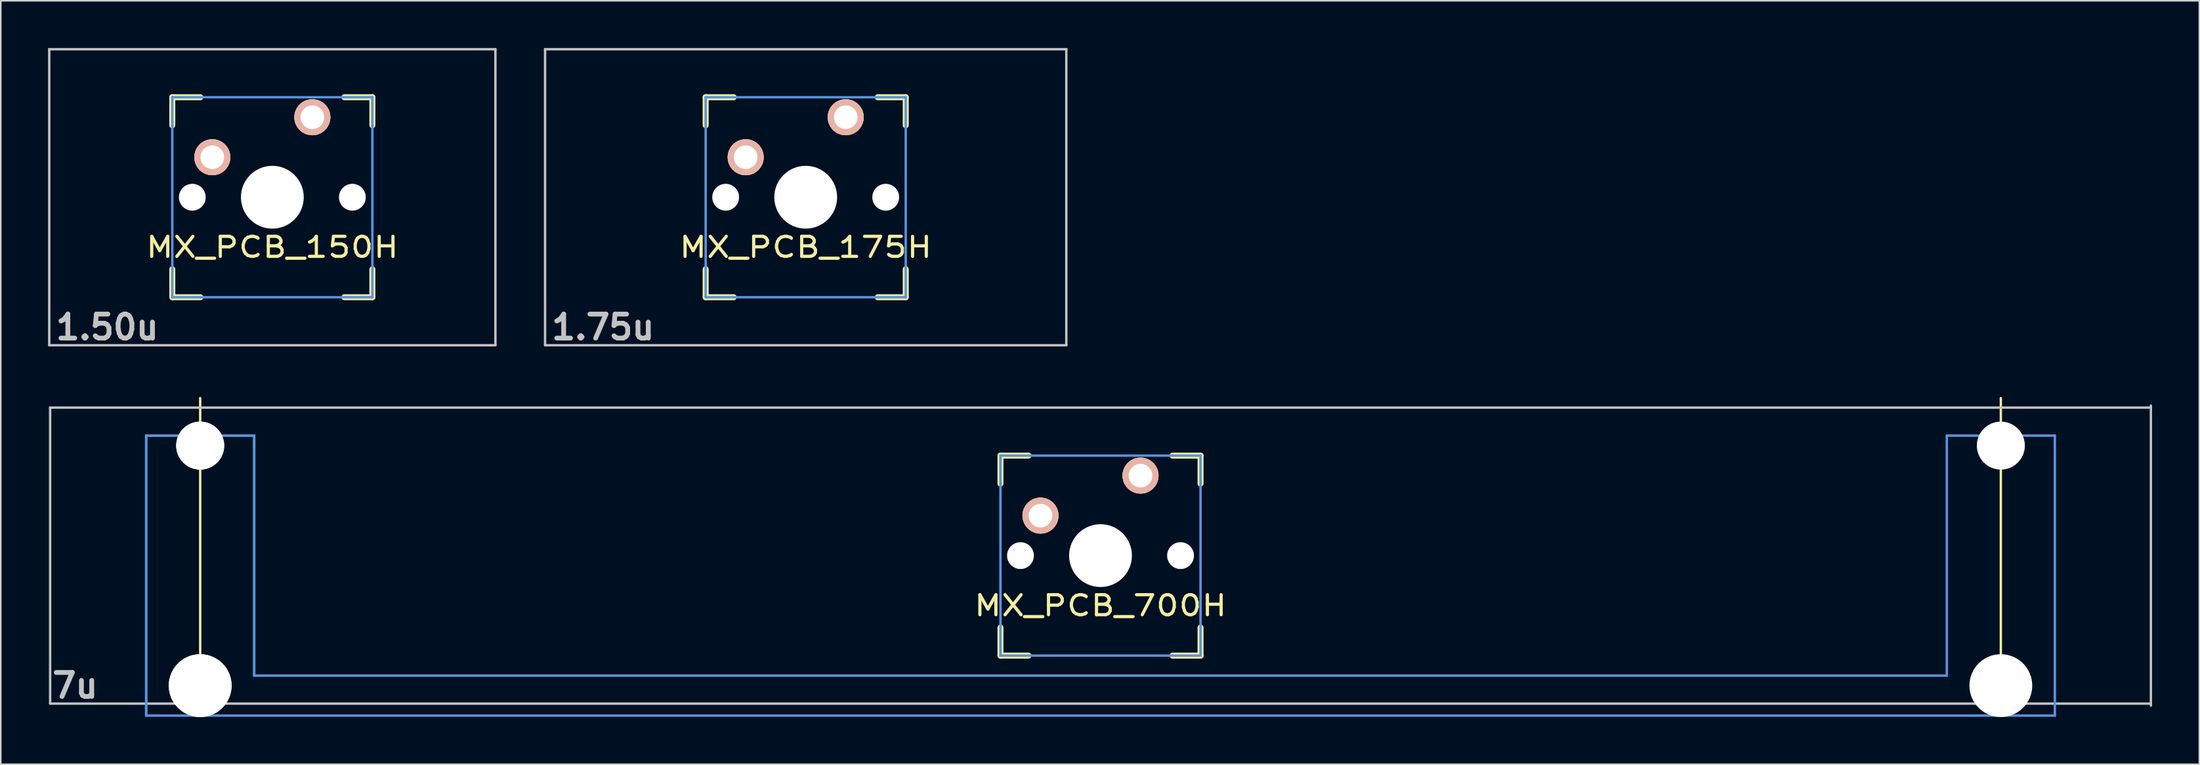
<source format=kicad_pcb>
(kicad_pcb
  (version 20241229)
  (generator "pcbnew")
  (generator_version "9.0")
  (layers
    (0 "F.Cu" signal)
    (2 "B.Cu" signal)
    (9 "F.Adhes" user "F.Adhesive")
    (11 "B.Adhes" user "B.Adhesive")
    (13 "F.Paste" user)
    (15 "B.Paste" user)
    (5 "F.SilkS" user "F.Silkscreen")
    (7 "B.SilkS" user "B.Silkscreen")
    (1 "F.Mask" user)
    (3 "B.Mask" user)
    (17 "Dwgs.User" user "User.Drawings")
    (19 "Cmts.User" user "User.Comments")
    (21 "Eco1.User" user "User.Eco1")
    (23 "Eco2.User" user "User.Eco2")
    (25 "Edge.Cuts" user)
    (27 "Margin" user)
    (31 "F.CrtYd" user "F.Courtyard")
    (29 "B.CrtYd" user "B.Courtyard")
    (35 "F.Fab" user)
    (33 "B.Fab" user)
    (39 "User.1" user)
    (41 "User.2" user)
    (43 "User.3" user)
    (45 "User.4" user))
  (footprint "MX_PCB_175H"
    (layer "F.Cu")
    (at 48.093 9.474)
    (property "Reference" "MX_PCB_175H" (at 0 3.175 0) (layer "F.SilkS") (effects (font (size 1.27 1.524) (thickness 0.203))))
    (attr through_hole)
    (fp_line (start -6.35 -6.35) (end -4.572 -6.35) (stroke (width 0.381) (type solid)) (layer "F.SilkS"))
    (fp_line (start -6.35 -4.572) (end -6.35 -6.35) (stroke (width 0.381) (type solid)) (layer "F.SilkS"))
    (fp_line (start -6.35 6.35) (end -6.35 4.572) (stroke (width 0.381) (type solid)) (layer "F.SilkS"))
    (fp_line (start -4.572 6.35) (end -6.35 6.35) (stroke (width 0.381) (type solid)) (layer "F.SilkS"))
    (fp_line (start 4.572 -6.35) (end 6.35 -6.35) (stroke (width 0.381) (type solid)) (layer "F.SilkS"))
    (fp_line (start 6.35 -6.35) (end 6.35 -4.572) (stroke (width 0.381) (type solid)) (layer "F.SilkS"))
    (fp_line (start 6.35 4.572) (end 6.35 6.35) (stroke (width 0.381) (type solid)) (layer "F.SilkS"))
    (fp_line (start 6.35 6.35) (end 4.572 6.35) (stroke (width 0.381) (type solid)) (layer "F.SilkS"))
    (fp_line (start -16.543 -9.398) (end 16.543 -9.398) (stroke (width 0.152) (type solid)) (layer "Dwgs.User"))
    (fp_line (start -16.543 9.398) (end -16.543 -9.398) (stroke (width 0.152) (type solid)) (layer "Dwgs.User"))
    (fp_line (start 16.543 -9.398) (end 16.543 9.398) (stroke (width 0.152) (type solid)) (layer "Dwgs.User"))
    (fp_line (start 16.543 9.398) (end -16.543 9.398) (stroke (width 0.152) (type solid)) (layer "Dwgs.User"))
    (fp_line (start -6.35 -6.35) (end 6.35 -6.35) (stroke (width 0.152) (type solid)) (layer "Cmts.User"))
    (fp_line (start -6.35 6.35) (end -6.35 -6.35) (stroke (width 0.152) (type solid)) (layer "Cmts.User"))
    (fp_line (start 6.35 -6.35) (end 6.35 6.35) (stroke (width 0.152) (type solid)) (layer "Cmts.User"))
    (fp_line (start 6.35 6.35) (end -6.35 6.35) (stroke (width 0.152) (type solid)) (layer "Cmts.User"))
    (fp_line (start -6.985 -6.985) (end 6.985 -6.985) (stroke (width 0.152) (type solid)) (layer "Eco2.User"))
    (fp_line (start -6.985 6.985) (end -6.985 -6.985) (stroke (width 0.152) (type solid)) (layer "Eco2.User"))
    (fp_line (start 6.985 -6.985) (end 6.985 6.985) (stroke (width 0.152) (type solid)) (layer "Eco2.User"))
    (fp_line (start 6.985 6.985) (end -6.985 6.985) (stroke (width 0.152) (type solid)) (layer "Eco2.User"))
    (fp_text user "1.75u" (at -12.86 8.255 0) (layer "Dwgs.User") (effects (font (size 1.524 1.524) (thickness 0.305))))
    (pad "" np_thru_hole circle (at -5.08 0) (size 1.702 1.702) (drill 1.702) (layers "*.Cu"))
    (pad "" np_thru_hole circle (at 0 0) (size 3.988 3.988) (drill 3.988) (layers "*.Cu"))
    (pad "" np_thru_hole circle (at 5.08 0) (size 1.702 1.702) (drill 1.702) (layers "*.Cu"))
    (pad "1" thru_hole circle (at 2.54 -5.08) (size 2.286 2.286) (drill 1.499) (layers "*.Cu" "*.SilkS" "*.Mask"))
    (pad "2" thru_hole circle (at -3.81 -2.54) (size 2.286 2.286) (drill 1.499) (layers "*.Cu" "*.SilkS" "*.Mask")))
  (footprint "MX_PCB_700H"
    (layer "F.Cu")
    (at 66.807 32.231)
    (property "Reference" "MX_PCB_700H" (at 0 3.175 0) (layer "F.SilkS") (effects (font (size 1.27 1.524) (thickness 0.203))))
    (attr through_hole)
    (fp_line (start -57.15 -10) (end -57.15 10) (stroke (width 0.15) (type solid)) (layer "F.SilkS"))
    (fp_line (start -6.35 -6.35) (end -4.572 -6.35) (stroke (width 0.381) (type solid)) (layer "F.SilkS"))
    (fp_line (start -6.35 -4.572) (end -6.35 -6.35) (stroke (width 0.381) (type solid)) (layer "F.SilkS"))
    (fp_line (start -6.35 6.35) (end -6.35 4.572) (stroke (width 0.381) (type solid)) (layer "F.SilkS"))
    (fp_line (start -4.572 6.35) (end -6.35 6.35) (stroke (width 0.381) (type solid)) (layer "F.SilkS"))
    (fp_line (start 4.572 -6.35) (end 6.35 -6.35) (stroke (width 0.381) (type solid)) (layer "F.SilkS"))
    (fp_line (start 6.35 -6.35) (end 6.35 -4.572) (stroke (width 0.381) (type solid)) (layer "F.SilkS"))
    (fp_line (start 6.35 4.572) (end 6.35 6.35) (stroke (width 0.381) (type solid)) (layer "F.SilkS"))
    (fp_line (start 6.35 6.35) (end 4.572 6.35) (stroke (width 0.381) (type solid)) (layer "F.SilkS"))
    (fp_line (start 57.15 -10) (end 57.15 10) (stroke (width 0.15) (type solid)) (layer "F.SilkS"))
    (fp_line (start -66.675 -9.398) (end 66.675 -9.398) (stroke (width 0.152) (type solid)) (layer "Dwgs.User"))
    (fp_line (start -66.675 9.398) (end -66.675 -9.398) (stroke (width 0.152) (type solid)) (layer "Dwgs.User"))
    (fp_line (start 66.675 -9.525) (end 66.675 9.525) (stroke (width 0.15) (type solid)) (layer "Dwgs.User"))
    (fp_line (start 66.675 9.398) (end -66.675 9.398) (stroke (width 0.152) (type solid)) (layer "Dwgs.User"))
    (fp_line (start -60.579 -7.62) (end -60.579 10.16) (stroke (width 0.152) (type solid)) (layer "Cmts.User"))
    (fp_line (start -60.579 -7.62) (end -60.579 10.16) (stroke (width 0.152) (type solid)) (layer "Cmts.User"))
    (fp_line (start -60.579 10.16) (end 60.579 10.16) (stroke (width 0.152) (type solid)) (layer "Cmts.User"))
    (fp_line (start -53.721 -7.62) (end -60.579 -7.62) (stroke (width 0.152) (type solid)) (layer "Cmts.User"))
    (fp_line (start -53.721 -7.62) (end -60.579 -7.62) (stroke (width 0.152) (type solid)) (layer "Cmts.User"))
    (fp_line (start -53.721 7.62) (end -53.721 -7.62) (stroke (width 0.152) (type solid)) (layer "Cmts.User"))
    (fp_line (start -53.721 7.62) (end -53.721 -7.62) (stroke (width 0.152) (type solid)) (layer "Cmts.User"))
    (fp_line (start -6.35 -6.35) (end 6.35 -6.35) (stroke (width 0.152) (type solid)) (layer "Cmts.User"))
    (fp_line (start -6.35 6.35) (end -6.35 -6.35) (stroke (width 0.152) (type solid)) (layer "Cmts.User"))
    (fp_line (start 6.35 -6.35) (end 6.35 6.35) (stroke (width 0.152) (type solid)) (layer "Cmts.User"))
    (fp_line (start 6.35 6.35) (end -6.35 6.35) (stroke (width 0.152) (type solid)) (layer "Cmts.User"))
    (fp_line (start 53.721 -7.62) (end 53.721 7.62) (stroke (width 0.152) (type solid)) (layer "Cmts.User"))
    (fp_line (start 53.721 7.62) (end -53.721 7.62) (stroke (width 0.152) (type solid)) (layer "Cmts.User"))
    (fp_line (start 60.579 -7.62) (end 53.721 -7.62) (stroke (width 0.152) (type solid)) (layer "Cmts.User"))
    (fp_line (start 60.579 10.16) (end 60.579 -7.62) (stroke (width 0.152) (type solid)) (layer "Cmts.User"))
    (fp_line (start -61.341 -2.286) (end -60.477 -2.286) (stroke (width 0.152) (type solid)) (layer "Eco2.User"))
    (fp_line (start -61.341 0.508) (end -61.341 -2.286) (stroke (width 0.152) (type solid)) (layer "Eco2.User"))
    (fp_line (start -60.477 -5.69) (end -53.823 -5.69) (stroke (width 0.152) (type solid)) (layer "Eco2.User"))
    (fp_line (start -60.477 -5.69) (end -53.823 -5.69) (stroke (width 0.152) (type solid)) (layer "Eco2.User"))
    (fp_line (start -60.477 -2.286) (end -60.477 -5.69) (stroke (width 0.152) (type solid)) (layer "Eco2.User"))
    (fp_line (start -60.477 -2.286) (end -60.477 -5.69) (stroke (width 0.152) (type solid)) (layer "Eco2.User"))
    (fp_line (start -60.477 0.508) (end -61.341 0.508) (stroke (width 0.152) (type solid)) (layer "Eco2.User"))
    (fp_line (start -60.477 6.604) (end -60.477 0.508) (stroke (width 0.152) (type solid)) (layer "Eco2.User"))
    (fp_line (start -60.477 6.604) (end -60.477 0.508) (stroke (width 0.152) (type solid)) (layer "Eco2.User"))
    (fp_line (start -59.436 6.604) (end -60.477 6.604) (stroke (width 0.152) (type solid)) (layer "Eco2.User"))
    (fp_line (start -59.436 6.604) (end -60.477 6.604) (stroke (width 0.152) (type solid)) (layer "Eco2.User"))
    (fp_line (start -59.436 7.772) (end -59.436 6.604) (stroke (width 0.152) (type solid)) (layer "Eco2.User"))
    (fp_line (start -59.436 7.772) (end -59.436 6.604) (stroke (width 0.152) (type solid)) (layer "Eco2.User"))
    (fp_line (start -54.864 6.604) (end -54.864 7.772) (stroke (width 0.152) (type solid)) (layer "Eco2.User"))
    (fp_line (start -54.864 6.604) (end -54.864 7.772) (stroke (width 0.152) (type solid)) (layer "Eco2.User"))
    (fp_line (start -54.864 7.772) (end -59.436 7.772) (stroke (width 0.152) (type solid)) (layer "Eco2.User"))
    (fp_line (start -54.864 7.772) (end -59.436 7.772) (stroke (width 0.152) (type solid)) (layer "Eco2.User"))
    (fp_line (start -53.823 -5.69) (end -53.823 -2.286) (stroke (width 0.152) (type solid)) (layer "Eco2.User"))
    (fp_line (start -53.823 -5.69) (end -53.823 -2.286) (stroke (width 0.152) (type solid)) (layer "Eco2.User"))
    (fp_line (start -53.823 -2.286) (end -6.985 -2.286) (stroke (width 0.152) (type solid)) (layer "Eco2.User"))
    (fp_line (start -53.823 2.286) (end -53.823 6.604) (stroke (width 0.152) (type solid)) (layer "Eco2.User"))
    (fp_line (start -53.823 2.286) (end -53.823 6.604) (stroke (width 0.152) (type solid)) (layer "Eco2.User"))
    (fp_line (start -53.823 6.604) (end -54.864 6.604) (stroke (width 0.152) (type solid)) (layer "Eco2.User"))
    (fp_line (start -53.823 6.604) (end -54.864 6.604) (stroke (width 0.152) (type solid)) (layer "Eco2.User"))
    (fp_line (start -6.985 -6.985) (end 6.985 -6.985) (stroke (width 0.152) (type solid)) (layer "Eco2.User"))
    (fp_line (start -6.985 -2.286) (end -6.985 -6.985) (stroke (width 0.152) (type solid)) (layer "Eco2.User"))
    (fp_line (start -6.985 2.286) (end -53.823 2.286) (stroke (width 0.152) (type solid)) (layer "Eco2.User"))
    (fp_line (start -6.985 6.985) (end -6.985 2.286) (stroke (width 0.152) (type solid)) (layer "Eco2.User"))
    (fp_line (start 6.985 -6.985) (end 6.985 -2.286) (stroke (width 0.152) (type solid)) (layer "Eco2.User"))
    (fp_line (start 6.985 -2.286) (end 53.823 -2.286) (stroke (width 0.152) (type solid)) (layer "Eco2.User"))
    (fp_line (start 6.985 2.286) (end 6.985 6.985) (stroke (width 0.152) (type solid)) (layer "Eco2.User"))
    (fp_line (start 6.985 6.985) (end -6.985 6.985) (stroke (width 0.152) (type solid)) (layer "Eco2.User"))
    (fp_line (start 53.823 -5.69) (end 60.477 -5.69) (stroke (width 0.152) (type solid)) (layer "Eco2.User"))
    (fp_line (start 53.823 -2.286) (end 53.823 -5.69) (stroke (width 0.152) (type solid)) (layer "Eco2.User"))
    (fp_line (start 53.823 2.286) (end 6.985 2.286) (stroke (width 0.152) (type solid)) (layer "Eco2.User"))
    (fp_line (start 53.823 6.604) (end 53.823 2.286) (stroke (width 0.152) (type solid)) (layer "Eco2.User"))
    (fp_line (start 54.864 6.604) (end 53.823 6.604) (stroke (width 0.152) (type solid)) (layer "Eco2.User"))
    (fp_line (start 54.864 7.772) (end 54.864 6.604) (stroke (width 0.152) (type solid)) (layer "Eco2.User"))
    (fp_line (start 59.436 6.604) (end 59.436 7.772) (stroke (width 0.152) (type solid)) (layer "Eco2.User"))
    (fp_line (start 59.436 7.772) (end 54.864 7.772) (stroke (width 0.152) (type solid)) (layer "Eco2.User"))
    (fp_line (start 60.477 -5.69) (end 60.477 -2.286) (stroke (width 0.152) (type solid)) (layer "Eco2.User"))
    (fp_line (start 60.477 -2.286) (end 61.341 -2.286) (stroke (width 0.152) (type solid)) (layer "Eco2.User"))
    (fp_line (start 60.477 0.508) (end 60.477 6.604) (stroke (width 0.152) (type solid)) (layer "Eco2.User"))
    (fp_line (start 60.477 6.604) (end 59.436 6.604) (stroke (width 0.152) (type solid)) (layer "Eco2.User"))
    (fp_line (start 61.341 -2.286) (end 61.341 0.508) (stroke (width 0.152) (type solid)) (layer "Eco2.User"))
    (fp_line (start 61.341 0.508) (end 60.477 0.508) (stroke (width 0.152) (type solid)) (layer "Eco2.User"))
    (fp_text user "7u" (at -65.088 8.255 0) (layer "Dwgs.User") (effects (font (size 1.524 1.524) (thickness 0.305))))
    (pad "" np_thru_hole circle (at -57.15 -6.985) (size 3.048 3.048) (drill 3.048) (layers "*.Cu"))
    (pad "" np_thru_hole circle (at -57.15 -6.985) (size 3.048 3.048) (drill 3.048) (layers "*.Cu"))
    (pad "" np_thru_hole circle (at -57.15 8.255) (size 3.988 3.988) (drill 3.988) (layers "*.Cu"))
    (pad "" np_thru_hole circle (at -57.15 8.255) (size 3.988 3.988) (drill 3.988) (layers "*.Cu"))
    (pad "" np_thru_hole circle (at -5.08 0) (size 1.702 1.702) (drill 1.702) (layers "*.Cu"))
    (pad "" np_thru_hole circle (at 0 0) (size 3.988 3.988) (drill 3.988) (layers "*.Cu"))
    (pad "" np_thru_hole circle (at 5.08 0) (size 1.702 1.702) (drill 1.702) (layers "*.Cu"))
    (pad "" np_thru_hole circle (at 57.15 -6.985) (size 3.048 3.048) (drill 3.048) (layers "*.Cu"))
    (pad "" np_thru_hole circle (at 57.15 8.255) (size 3.988 3.988) (drill 3.988) (layers "*.Cu"))
    (pad "1" thru_hole circle (at 2.54 -5.08) (size 2.286 2.286) (drill 1.499) (layers "*.Cu" "*.SilkS" "*.Mask"))
    (pad "2" thru_hole circle (at -3.81 -2.54) (size 2.286 2.286) (drill 1.499) (layers "*.Cu" "*.SilkS" "*.Mask")))
  (footprint "MX_PCB_150H"
    (layer "F.Cu")
    (at 14.237 9.474)
    (property "Reference" "MX_PCB_150H" (at 0 3.175 0) (layer "F.SilkS") (effects (font (size 1.27 1.524) (thickness 0.203))))
    (attr through_hole)
    (fp_line (start -6.35 -6.35) (end -4.572 -6.35) (stroke (width 0.381) (type solid)) (layer "F.SilkS"))
    (fp_line (start -6.35 -4.572) (end -6.35 -6.35) (stroke (width 0.381) (type solid)) (layer "F.SilkS"))
    (fp_line (start -6.35 6.35) (end -6.35 4.572) (stroke (width 0.381) (type solid)) (layer "F.SilkS"))
    (fp_line (start -4.572 6.35) (end -6.35 6.35) (stroke (width 0.381) (type solid)) (layer "F.SilkS"))
    (fp_line (start 4.572 -6.35) (end 6.35 -6.35) (stroke (width 0.381) (type solid)) (layer "F.SilkS"))
    (fp_line (start 6.35 -6.35) (end 6.35 -4.572) (stroke (width 0.381) (type solid)) (layer "F.SilkS"))
    (fp_line (start 6.35 4.572) (end 6.35 6.35) (stroke (width 0.381) (type solid)) (layer "F.SilkS"))
    (fp_line (start 6.35 6.35) (end 4.572 6.35) (stroke (width 0.381) (type solid)) (layer "F.SilkS"))
    (fp_line (start -14.161 -9.398) (end 14.161 -9.398) (stroke (width 0.152) (type solid)) (layer "Dwgs.User"))
    (fp_line (start -14.161 9.398) (end -14.161 -9.398) (stroke (width 0.152) (type solid)) (layer "Dwgs.User"))
    (fp_line (start 14.161 -9.398) (end 14.161 9.398) (stroke (width 0.152) (type solid)) (layer "Dwgs.User"))
    (fp_line (start 14.161 9.398) (end -14.161 9.398) (stroke (width 0.152) (type solid)) (layer "Dwgs.User"))
    (fp_line (start -6.35 -6.35) (end 6.35 -6.35) (stroke (width 0.152) (type solid)) (layer "Cmts.User"))
    (fp_line (start -6.35 6.35) (end -6.35 -6.35) (stroke (width 0.152) (type solid)) (layer "Cmts.User"))
    (fp_line (start 6.35 -6.35) (end 6.35 6.35) (stroke (width 0.152) (type solid)) (layer "Cmts.User"))
    (fp_line (start 6.35 6.35) (end -6.35 6.35) (stroke (width 0.152) (type solid)) (layer "Cmts.User"))
    (fp_line (start -6.985 -6.985) (end 6.985 -6.985) (stroke (width 0.152) (type solid)) (layer "Eco2.User"))
    (fp_line (start -6.985 6.985) (end -6.985 -6.985) (stroke (width 0.152) (type solid)) (layer "Eco2.User"))
    (fp_line (start 6.985 -6.985) (end 6.985 6.985) (stroke (width 0.152) (type solid)) (layer "Eco2.User"))
    (fp_line (start 6.985 6.985) (end -6.985 6.985) (stroke (width 0.152) (type solid)) (layer "Eco2.User"))
    (fp_text user "1.50u" (at -10.477 8.255 0) (layer "Dwgs.User") (effects (font (size 1.524 1.524) (thickness 0.305))))
    (pad "" np_thru_hole circle (at -5.08 0) (size 1.702 1.702) (drill 1.702) (layers "*.Cu"))
    (pad "" np_thru_hole circle (at 0 0) (size 3.988 3.988) (drill 3.988) (layers "*.Cu"))
    (pad "" np_thru_hole circle (at 5.08 0) (size 1.702 1.702) (drill 1.702) (layers "*.Cu"))
    (pad "1" thru_hole circle (at 2.54 -5.08) (size 2.286 2.286) (drill 1.499) (layers "*.Cu" "*.SilkS" "*.Mask"))
    (pad "2" thru_hole circle (at -3.81 -2.54) (size 2.286 2.286) (drill 1.499) (layers "*.Cu" "*.SilkS" "*.Mask")))
  (gr_rect
    (start -3 -3)
    (end 136.559 45.48)
    (stroke (width 0.1) (type default))
    (fill no)
    (layer "Edge.Cuts")))
</source>
